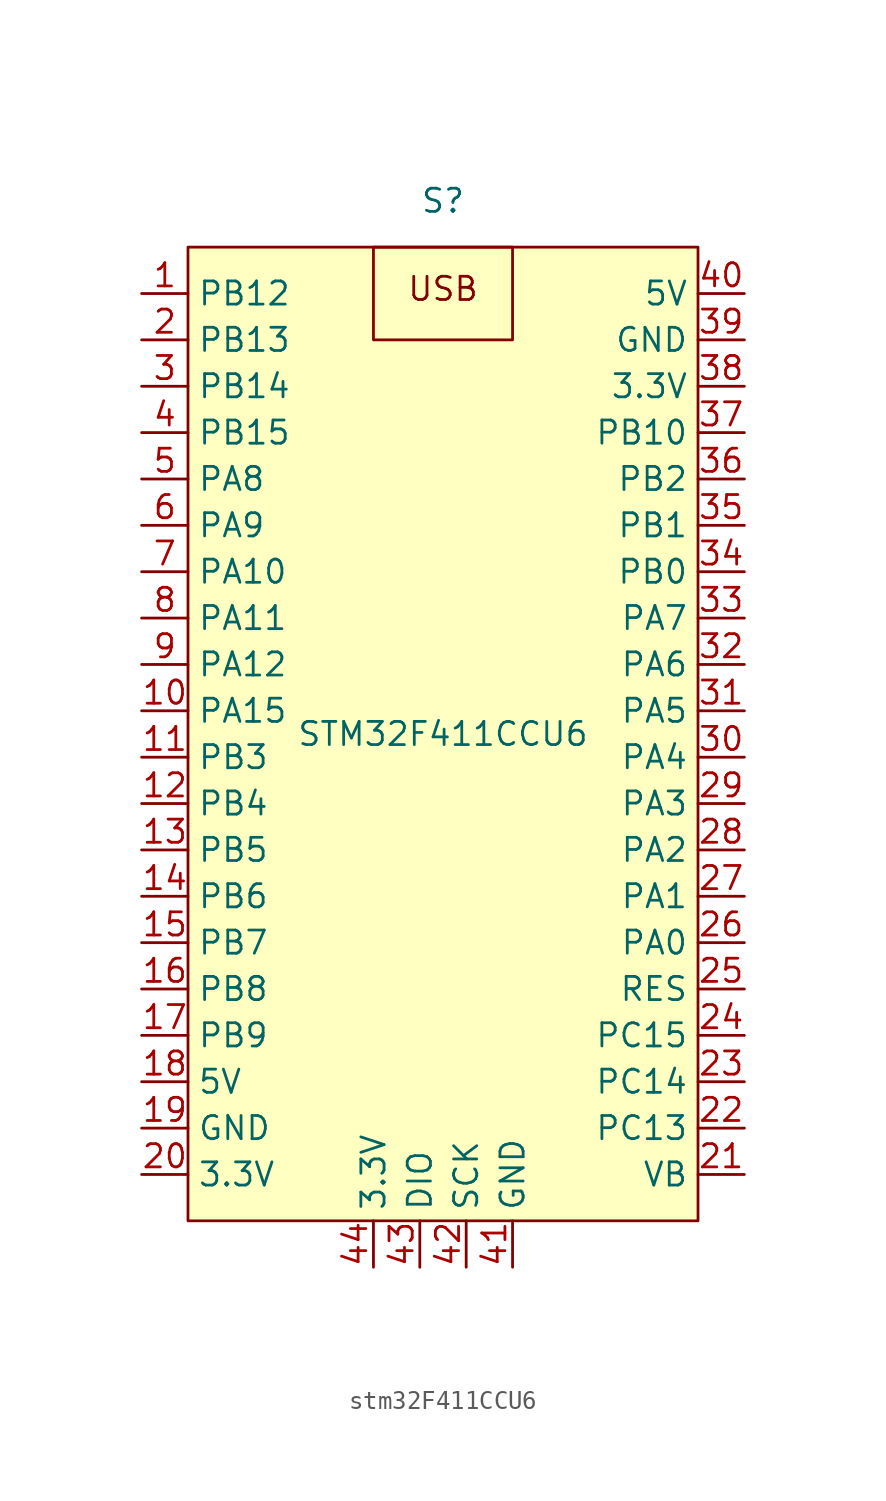
<source format=kicad_sym>
(kicad_symbol_lib
  (version 20231120)
  (generator "kicad_symbol_editor")
  (generator_version "8.0")
  (symbol "stm32F411CCU6"
    (property "Reference" "S"
      (at 0 29.21 0)
      (effects (font (size 1.27 1.27))))
    (property "Value" "STM32F411CCU6"
      (at 0 0 0)
      (effects (font (size 1.27 1.27))))
    (symbol "stm32F411CCU6_1_1"
      (rectangle (start -13.97 26.67) (end 13.97 -26.67) (stroke (width 0) (type default)) (fill (type background)))
      (rectangle (start -3.81 26.67) (end 3.81 21.59) (stroke (width 0) (type default)) (fill (type none)))
      (text "USB" (at 0 24.384 0) (effects (font (size 1.27 1.27))))
      (pin unspecified line (at -16.51 24.13 0) (length 2.54) (name "PB12" (effects (font (size 1.27 1.27)))) (number "1" (effects (font (size 1.27 1.27)))))
      (pin unspecified line (at -16.51 1.27 0) (length 2.54) (name "PA15" (effects (font (size 1.27 1.27)))) (number "10" (effects (font (size 1.27 1.27)))))
      (pin power_out line (at -16.51 -1.27 0) (length 2.54) (name "PB3" (effects (font (size 1.27 1.27)))) (number "11" (effects (font (size 1.27 1.27)))))
      (pin unspecified line (at -16.51 -3.81 0) (length 2.54) (name "PB4" (effects (font (size 1.27 1.27)))) (number "12" (effects (font (size 1.27 1.27)))))
      (pin power_out line (at -16.51 -6.35 0) (length 2.54) (name "PB5" (effects (font (size 1.27 1.27)))) (number "13" (effects (font (size 1.27 1.27)))))
      (pin unspecified line (at -16.51 -8.89 0) (length 2.54) (name "PB6" (effects (font (size 1.27 1.27)))) (number "14" (effects (font (size 1.27 1.27)))))
      (pin power_out line (at -16.51 -11.43 0) (length 2.54) (name "PB7" (effects (font (size 1.27 1.27)))) (number "15" (effects (font (size 1.27 1.27)))))
      (pin unspecified line (at -16.51 -13.97 0) (length 2.54) (name "PB8" (effects (font (size 1.27 1.27)))) (number "16" (effects (font (size 1.27 1.27)))))
      (pin power_out line (at -16.51 -16.51 0) (length 2.54) (name "PB9" (effects (font (size 1.27 1.27)))) (number "17" (effects (font (size 1.27 1.27)))))
      (pin unspecified line (at -16.51 -19.05 0) (length 2.54) (name "5V" (effects (font (size 1.27 1.27)))) (number "18" (effects (font (size 1.27 1.27)))))
      (pin power_out line (at -16.51 -21.59 0) (length 2.54) (name "GND" (effects (font (size 1.27 1.27)))) (number "19" (effects (font (size 1.27 1.27)))))
      (pin power_out line (at -16.51 21.59 0) (length 2.54) (name "PB13" (effects (font (size 1.27 1.27)))) (number "2" (effects (font (size 1.27 1.27)))))
      (pin unspecified line (at -16.51 -24.13 0) (length 2.54) (name "3.3V" (effects (font (size 1.27 1.27)))) (number "20" (effects (font (size 1.27 1.27)))))
      (pin power_out line (at 16.51 -24.13 180) (length 2.54) (name "VB" (effects (font (size 1.27 1.27)))) (number "21" (effects (font (size 1.27 1.27)))))
      (pin power_out line (at 16.51 -21.59 180) (length 2.54) (name "PC13" (effects (font (size 1.27 1.27)))) (number "22" (effects (font (size 1.27 1.27)))))
      (pin unspecified line (at 16.51 -19.05 180) (length 2.54) (name "PC14" (effects (font (size 1.27 1.27)))) (number "23" (effects (font (size 1.27 1.27)))))
      (pin power_out line (at 16.51 -16.51 180) (length 2.54) (name "PC15" (effects (font (size 1.27 1.27)))) (number "24" (effects (font (size 1.27 1.27)))))
      (pin unspecified line (at 16.51 -13.97 180) (length 2.54) (name "RES" (effects (font (size 1.27 1.27)))) (number "25" (effects (font (size 1.27 1.27)))))
      (pin power_out line (at 16.51 -11.43 180) (length 2.54) (name "PA0" (effects (font (size 1.27 1.27)))) (number "26" (effects (font (size 1.27 1.27)))))
      (pin unspecified line (at 16.51 -8.89 180) (length 2.54) (name "PA1" (effects (font (size 1.27 1.27)))) (number "27" (effects (font (size 1.27 1.27)))))
      (pin power_out line (at 16.51 -6.35 180) (length 2.54) (name "PA2" (effects (font (size 1.27 1.27)))) (number "28" (effects (font (size 1.27 1.27)))))
      (pin unspecified line (at 16.51 -3.81 180) (length 2.54) (name "PA3" (effects (font (size 1.27 1.27)))) (number "29" (effects (font (size 1.27 1.27)))))
      (pin unspecified line (at -16.51 19.05 0) (length 2.54) (name "PB14" (effects (font (size 1.27 1.27)))) (number "3" (effects (font (size 1.27 1.27)))))
      (pin power_out line (at 16.51 -1.27 180) (length 2.54) (name "PA4" (effects (font (size 1.27 1.27)))) (number "30" (effects (font (size 1.27 1.27)))))
      (pin unspecified line (at 16.51 1.27 180) (length 2.54) (name "PA5" (effects (font (size 1.27 1.27)))) (number "31" (effects (font (size 1.27 1.27)))))
      (pin power_out line (at 16.51 3.81 180) (length 2.54) (name "PA6" (effects (font (size 1.27 1.27)))) (number "32" (effects (font (size 1.27 1.27)))))
      (pin unspecified line (at 16.51 6.35 180) (length 2.54) (name "PA7" (effects (font (size 1.27 1.27)))) (number "33" (effects (font (size 1.27 1.27)))))
      (pin power_out line (at 16.51 8.89 180) (length 2.54) (name "PB0" (effects (font (size 1.27 1.27)))) (number "34" (effects (font (size 1.27 1.27)))))
      (pin unspecified line (at 16.51 11.43 180) (length 2.54) (name "PB1" (effects (font (size 1.27 1.27)))) (number "35" (effects (font (size 1.27 1.27)))))
      (pin unspecified line (at 16.51 13.97 180) (length 2.54) (name "PB2" (effects (font (size 1.27 1.27)))) (number "36" (effects (font (size 1.27 1.27)))))
      (pin power_out line (at 16.51 16.51 180) (length 2.54) (name "PB10" (effects (font (size 1.27 1.27)))) (number "37" (effects (font (size 1.27 1.27)))))
      (pin unspecified line (at 16.51 19.05 180) (length 2.54) (name "3.3V" (effects (font (size 1.27 1.27)))) (number "38" (effects (font (size 1.27 1.27)))))
      (pin power_out line (at 16.51 21.59 180) (length 2.54) (name "GND" (effects (font (size 1.27 1.27)))) (number "39" (effects (font (size 1.27 1.27)))))
      (pin power_out line (at -16.51 16.51 0) (length 2.54) (name "PB15" (effects (font (size 1.27 1.27)))) (number "4" (effects (font (size 1.27 1.27)))))
      (pin unspecified line (at 16.51 24.13 180) (length 2.54) (name "5V" (effects (font (size 1.27 1.27)))) (number "40" (effects (font (size 1.27 1.27)))))
      (pin power_out line (at 3.81 -29.21 90) (length 2.54) (name "GND" (effects (font (size 1.27 1.27)))) (number "41" (effects (font (size 1.27 1.27)))))
      (pin unspecified line (at 1.27 -29.21 90) (length 2.54) (name "SCK" (effects (font (size 1.27 1.27)))) (number "42" (effects (font (size 1.27 1.27)))))
      (pin power_out line (at -1.27 -29.21 90) (length 2.54) (name "DIO" (effects (font (size 1.27 1.27)))) (number "43" (effects (font (size 1.27 1.27)))))
      (pin power_out line (at -3.81 -29.21 90) (length 2.54) (name "3.3V" (effects (font (size 1.27 1.27)))) (number "44" (effects (font (size 1.27 1.27)))))
      (pin unspecified line (at -16.51 13.97 0) (length 2.54) (name "PA8" (effects (font (size 1.27 1.27)))) (number "5" (effects (font (size 1.27 1.27)))))
      (pin unspecified line (at -16.51 11.43 0) (length 2.54) (name "PA9" (effects (font (size 1.27 1.27)))) (number "6" (effects (font (size 1.27 1.27)))))
      (pin power_out line (at -16.51 8.89 0) (length 2.54) (name "PA10" (effects (font (size 1.27 1.27)))) (number "7" (effects (font (size 1.27 1.27)))))
      (pin unspecified line (at -16.51 6.35 0) (length 2.54) (name "PA11" (effects (font (size 1.27 1.27)))) (number "8" (effects (font (size 1.27 1.27)))))
      (pin power_out line (at -16.51 3.81 0) (length 2.54) (name "PA12" (effects (font (size 1.27 1.27)))) (number "9" (effects (font (size 1.27 1.27))))))))
</source>
